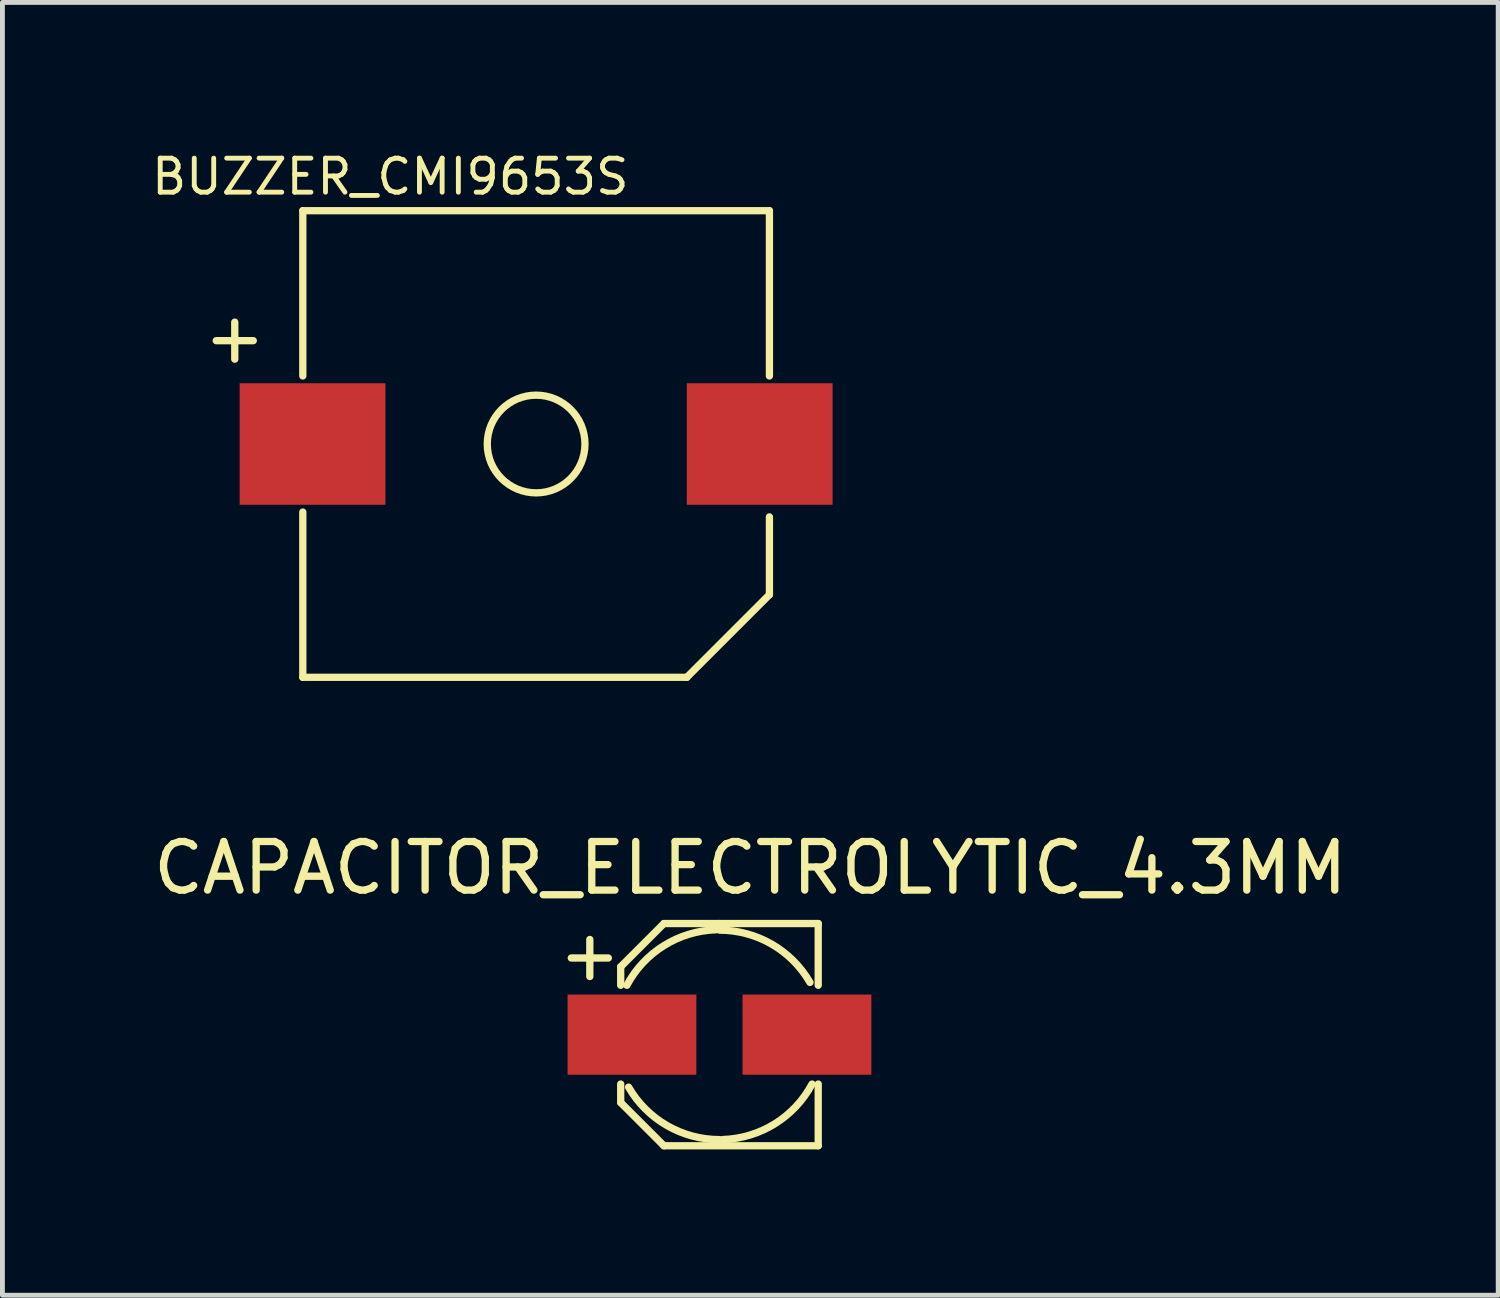
<source format=kicad_pcb>
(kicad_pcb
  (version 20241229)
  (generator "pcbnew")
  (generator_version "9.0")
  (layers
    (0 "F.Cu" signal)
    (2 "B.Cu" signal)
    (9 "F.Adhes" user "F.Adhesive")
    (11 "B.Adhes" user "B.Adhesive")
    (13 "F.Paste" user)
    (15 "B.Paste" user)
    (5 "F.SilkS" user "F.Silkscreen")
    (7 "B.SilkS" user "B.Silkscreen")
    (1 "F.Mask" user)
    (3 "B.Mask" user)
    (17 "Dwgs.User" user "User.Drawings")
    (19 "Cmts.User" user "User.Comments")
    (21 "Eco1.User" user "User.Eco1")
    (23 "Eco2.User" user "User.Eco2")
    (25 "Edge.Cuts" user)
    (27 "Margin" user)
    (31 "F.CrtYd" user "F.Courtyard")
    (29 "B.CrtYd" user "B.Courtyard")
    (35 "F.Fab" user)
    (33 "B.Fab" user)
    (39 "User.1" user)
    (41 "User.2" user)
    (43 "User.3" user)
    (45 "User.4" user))
  (footprint "BUZZER_CMI9653S"
    (layer "F.Cu")
    (at 7.98 6.085)
    (property "Reference" "BUZZER_CMI9653S" (at -3 -5.5 0) (layer "F.SilkS") (effects (font (size 0.7 0.7) (thickness 0.1))))
    (attr through_hole)
    (fp_line (start -4.8 -4.8) (end 4.8 -4.8) (stroke (width 0.15) (type solid)) (layer "F.SilkS"))
    (fp_line (start -4.8 -1.4) (end -4.8 -4.8) (stroke (width 0.15) (type solid)) (layer "F.SilkS"))
    (fp_line (start -4.8 4.8) (end -4.8 1.4) (stroke (width 0.15) (type solid)) (layer "F.SilkS"))
    (fp_line (start 3.1 4.8) (end -4.8 4.8) (stroke (width 0.15) (type solid)) (layer "F.SilkS"))
    (fp_line (start 4.8 -4.8) (end 4.8 -1.4) (stroke (width 0.15) (type solid)) (layer "F.SilkS"))
    (fp_line (start 4.8 1.5) (end 4.8 3.1) (stroke (width 0.15) (type solid)) (layer "F.SilkS"))
    (fp_line (start 4.8 3.1) (end 3.1 4.8) (stroke (width 0.15) (type solid)) (layer "F.SilkS"))
    (fp_circle (center 0 0) (end 1 0.1) (stroke (width 0.15) (type solid)) (fill no) (layer "F.SilkS"))
    (fp_text user "+" (at -6.2 -2.2 0) (layer "F.SilkS") (effects (font (size 1 1) (thickness 0.15))))
    (pad "1" smd rect (at -4.6 0) (size 3 2.5) (layers "F.Cu" "F.Mask" "F.Paste"))
    (pad "2" smd rect (at 4.6 0) (size 3 2.5) (layers "F.Cu" "F.Mask" "F.Paste")))
  (footprint "CAPACITOR_ELECTROLYTIC_4.3MM"
    (layer "F.Cu")
    (at 11.752 18.237)
    (property "Reference" "CAPACITOR_ELECTROLYTIC_4.3MM" (at 0.635 -3.429 0) (layer "F.SilkS") (effects (font (size 1 1) (thickness 0.15))))
    (attr through_hole)
    (fp_line (start -2.032 -1.397) (end -2.032 -1.016) (stroke (width 0.15) (type solid)) (layer "F.SilkS"))
    (fp_line (start -2.032 1.397) (end -2.032 1.016) (stroke (width 0.15) (type solid)) (layer "F.SilkS"))
    (fp_line (start -1.143 -2.286) (end -2.032 -1.397) (stroke (width 0.15) (type solid)) (layer "F.SilkS"))
    (fp_line (start -1.143 2.286) (end -2.032 1.397) (stroke (width 0.15) (type solid)) (layer "F.SilkS"))
    (fp_line (start 0 -2.286) (end -1.143 -2.286) (stroke (width 0.15) (type solid)) (layer "F.SilkS"))
    (fp_line (start 0 -2.286) (end 2.032 -2.286) (stroke (width 0.15) (type solid)) (layer "F.SilkS"))
    (fp_line (start 2.032 -2.286) (end 2.032 -1.016) (stroke (width 0.15) (type solid)) (layer "F.SilkS"))
    (fp_line (start 2.032 1.016) (end 2.032 2.286) (stroke (width 0.15) (type solid)) (layer "F.SilkS"))
    (fp_line (start 2.032 2.286) (end -1.143 2.286) (stroke (width 0.15) (type solid)) (layer "F.SilkS"))
    (fp_arc (start -1.905 -1.016) (mid -1.141778 -1.832382) (end -0.072618 -2.157778) (stroke (width 0.15) (type solid)) (layer "F.SilkS"))
    (fp_arc (start 0 -2.15) (mid 1.075 -1.861955) (end 1.861955 -1.075) (stroke (width 0.15) (type solid)) (layer "F.SilkS"))
    (fp_arc (start 0 2.159) (mid -1.0795 1.869749) (end -1.869749 1.0795) (stroke (width 0.15) (type solid)) (layer "F.SilkS"))
    (fp_arc (start 1.905 1.016) (mid 1.141778 1.832382) (end 0.072618 2.157778) (stroke (width 0.15) (type solid)) (layer "F.SilkS"))
    (fp_text user "+" (at -2.667 -1.651 0) (layer "F.SilkS") (effects (font (size 1 1) (thickness 0.15))))
    (pad "1" smd rect (at -1.8 0) (size 2.65 1.65) (layers "F.Cu" "F.Mask" "F.Paste"))
    (pad "2" smd rect (at 1.8 0) (size 2.65 1.65) (layers "F.Cu" "F.Mask" "F.Paste")))
  (gr_rect
    (start -3 -3)
    (end 27.774 23.598)
    (stroke (width 0.1) (type default))
    (fill no)
    (layer "Edge.Cuts")))
</source>
